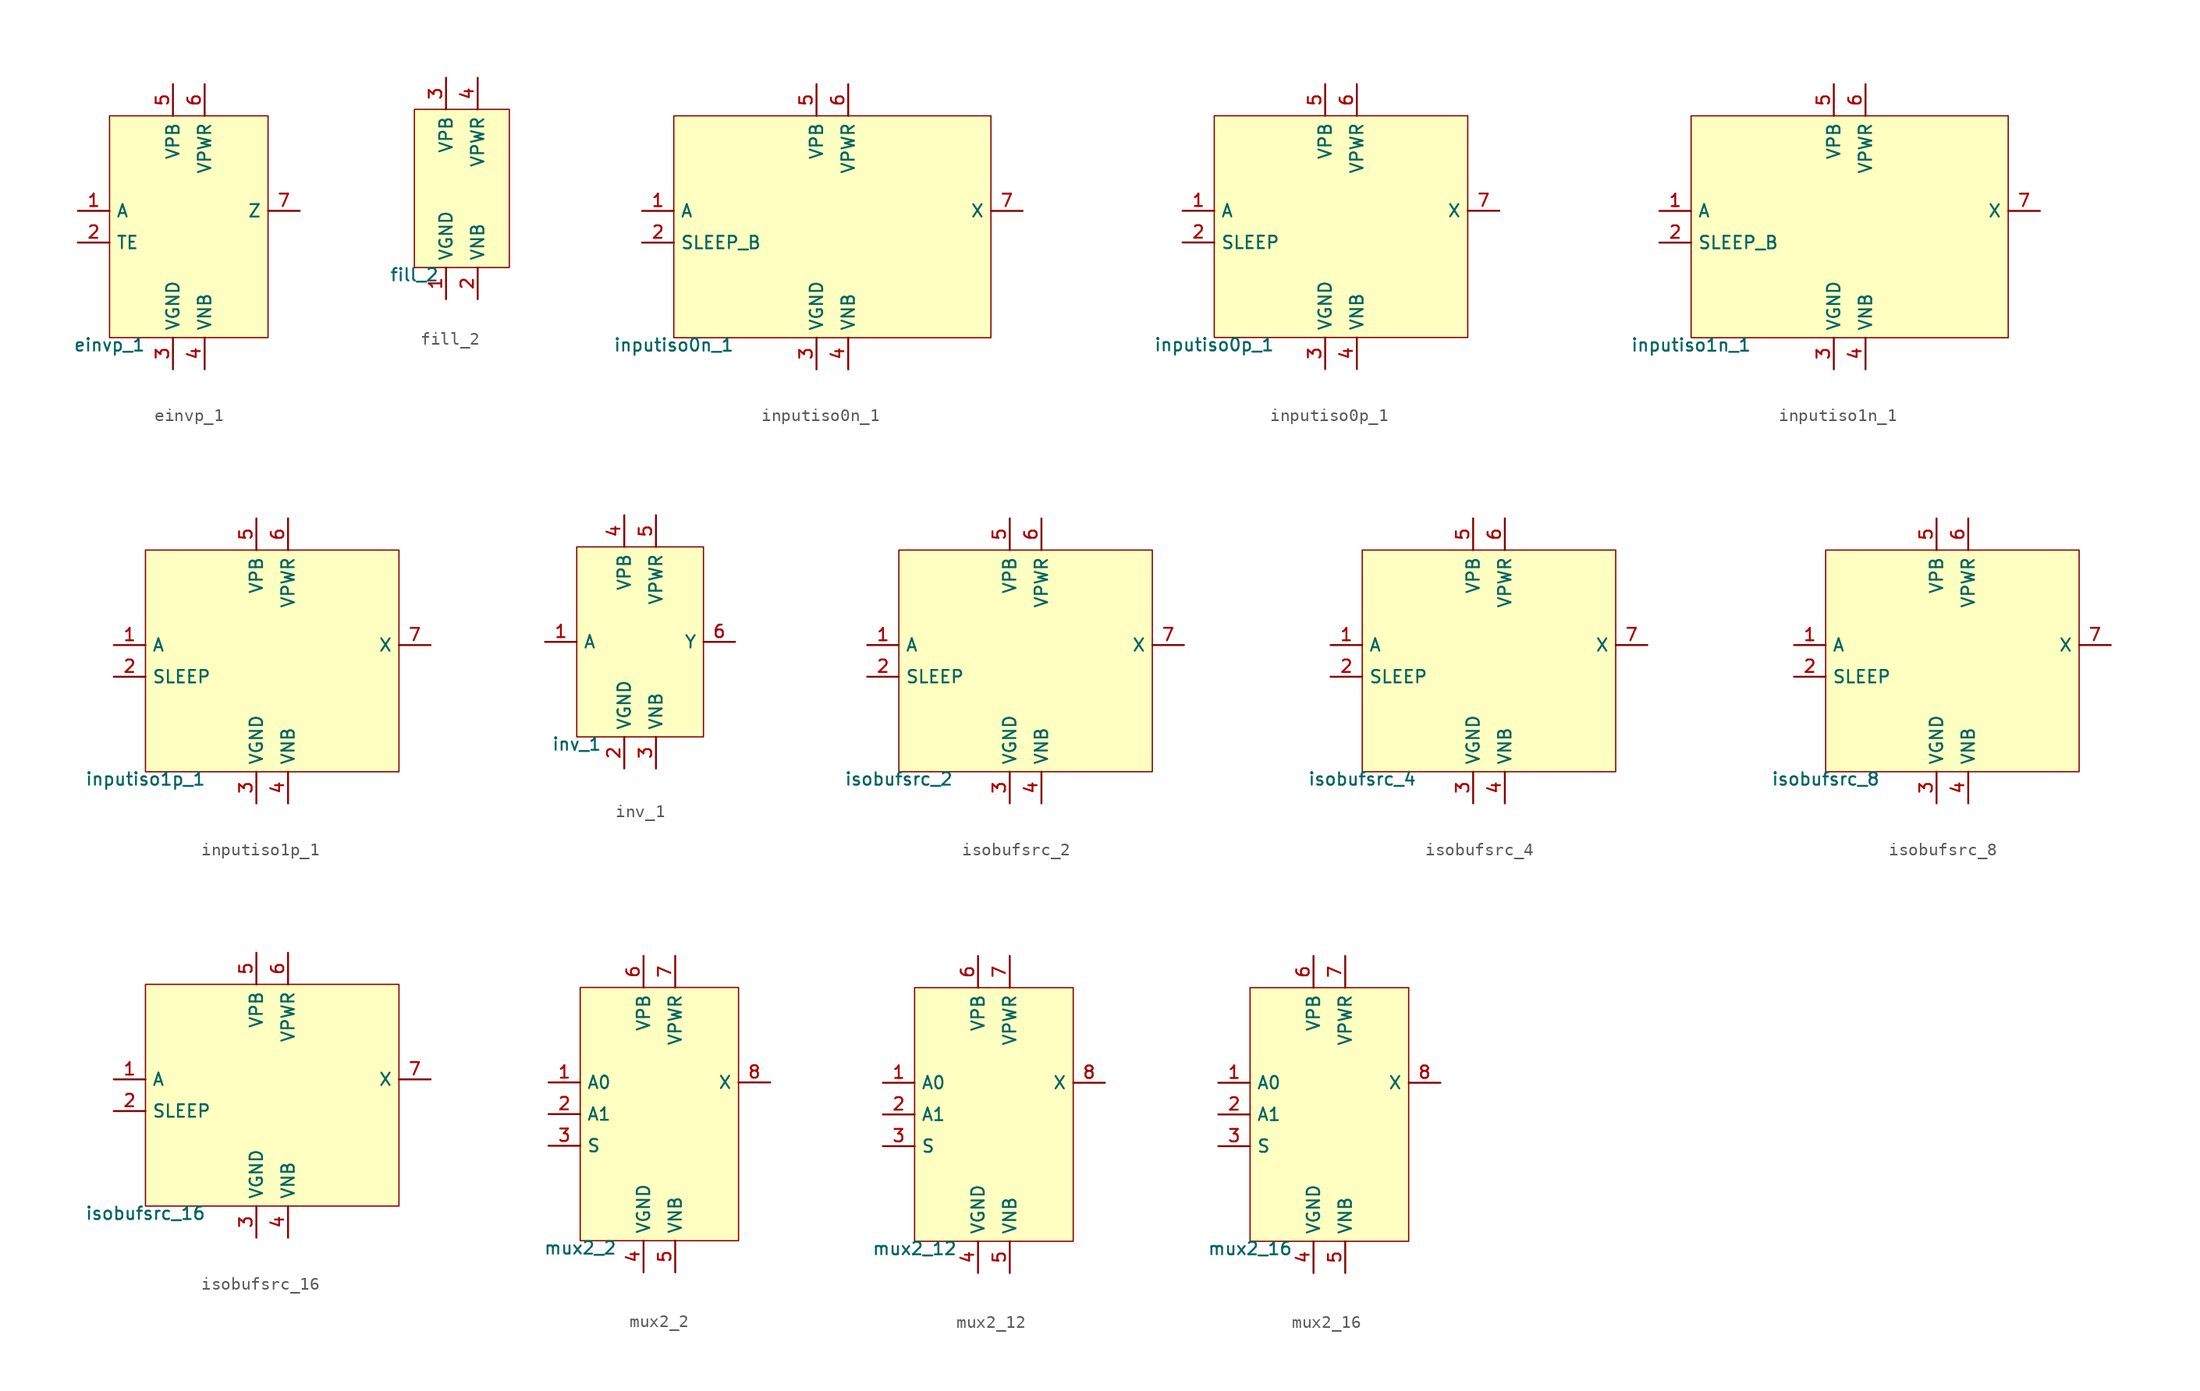
<source format=kicad_sym>
(kicad_symbol_lib
  (version 20211014)
  (generator pdk2kicad)
  (symbol "einvp_1"
    (property "Reference" "X"
      (at 0 0 0)
      (effects (font (size 1 1)) hide))
    (property "Value" "einvp_1"
      (at -6.35 -8.89 0)
      (effects (font (size 1 1)) (justify top)))
    (rectangle
      (start -6.35 -8.89)
      (end 6.35 8.89)
      (stroke (width 0.1) (type solid) (color 0 0 0 0))
      (fill (type background)))
    (pin input line
      (at -8.89 1.27 0)
      (length 2.54)
      (name "A" (effects (font (size 1 1)) hide))
      (number "1" (effects (font (size 1 1)) hide)))
    (pin input line
      (at -8.89 -1.27 0)
      (length 2.54)
      (name "TE" (effects (font (size 1 1)) hide))
      (number "2" (effects (font (size 1 1)) hide)))
    (pin power_in line
      (at -1.27 -11.43 90)
      (length 2.54)
      (name "VGND" (effects (font (size 1 1)) hide))
      (number "3" (effects (font (size 1 1)) hide)))
    (pin power_in line
      (at 1.27 -11.43 90)
      (length 2.54)
      (name "VNB" (effects (font (size 1 1)) hide))
      (number "4" (effects (font (size 1 1)) hide)))
    (pin power_in line
      (at -1.27 11.43 270)
      (length 2.54)
      (name "VPB" (effects (font (size 1 1)) hide))
      (number "5" (effects (font (size 1 1)) hide)))
    (pin power_in line
      (at 1.27 11.43 270)
      (length 2.54)
      (name "VPWR" (effects (font (size 1 1)) hide))
      (number "6" (effects (font (size 1 1)) hide)))
    (pin output line
      (at 8.89 1.27 180)
      (length 2.54)
      (name "Z" (effects (font (size 1 1)) hide))
      (number "7" (effects (font (size 1 1)) hide))))
  (symbol "fill_2"
    (property "Reference" "X"
      (at 0 0 0)
      (effects (font (size 1 1)) hide))
    (property "Value" "fill_2"
      (at -3.81 -6.35 0)
      (effects (font (size 1 1)) (justify top)))
    (rectangle
      (start -3.81 -6.35)
      (end 3.81 6.35)
      (stroke (width 0.1) (type solid) (color 0 0 0 0))
      (fill (type background)))
    (pin power_in line
      (at -1.27 -8.89 90)
      (length 2.54)
      (name "VGND" (effects (font (size 1 1)) hide))
      (number "1" (effects (font (size 1 1)) hide)))
    (pin power_in line
      (at 1.27 -8.89 90)
      (length 2.54)
      (name "VNB" (effects (font (size 1 1)) hide))
      (number "2" (effects (font (size 1 1)) hide)))
    (pin power_in line
      (at -1.27 8.89 270)
      (length 2.54)
      (name "VPB" (effects (font (size 1 1)) hide))
      (number "3" (effects (font (size 1 1)) hide)))
    (pin power_in line
      (at 1.27 8.89 270)
      (length 2.54)
      (name "VPWR" (effects (font (size 1 1)) hide))
      (number "4" (effects (font (size 1 1)) hide))))
  (symbol "inputiso0n_1"
    (property "Reference" "X"
      (at 0 0 0)
      (effects (font (size 1 1)) hide))
    (property "Value" "inputiso0n_1"
      (at -12.7 -8.89 0)
      (effects (font (size 1 1)) (justify top)))
    (rectangle
      (start -12.7 -8.89)
      (end 12.7 8.89)
      (stroke (width 0.1) (type solid) (color 0 0 0 0))
      (fill (type background)))
    (pin input line
      (at -15.24 1.27 0)
      (length 2.54)
      (name "A" (effects (font (size 1 1)) hide))
      (number "1" (effects (font (size 1 1)) hide)))
    (pin input line
      (at -15.24 -1.27 0)
      (length 2.54)
      (name "SLEEP_B" (effects (font (size 1 1)) hide))
      (number "2" (effects (font (size 1 1)) hide)))
    (pin power_in line
      (at -1.27 -11.43 90)
      (length 2.54)
      (name "VGND" (effects (font (size 1 1)) hide))
      (number "3" (effects (font (size 1 1)) hide)))
    (pin power_in line
      (at 1.27 -11.43 90)
      (length 2.54)
      (name "VNB" (effects (font (size 1 1)) hide))
      (number "4" (effects (font (size 1 1)) hide)))
    (pin power_in line
      (at -1.27 11.43 270)
      (length 2.54)
      (name "VPB" (effects (font (size 1 1)) hide))
      (number "5" (effects (font (size 1 1)) hide)))
    (pin power_in line
      (at 1.27 11.43 270)
      (length 2.54)
      (name "VPWR" (effects (font (size 1 1)) hide))
      (number "6" (effects (font (size 1 1)) hide)))
    (pin output line
      (at 15.24 1.27 180)
      (length 2.54)
      (name "X" (effects (font (size 1 1)) hide))
      (number "7" (effects (font (size 1 1)) hide))))
  (symbol "inputiso0p_1"
    (property "Reference" "X"
      (at 0 0 0)
      (effects (font (size 1 1)) hide))
    (property "Value" "inputiso0p_1"
      (at -10.16 -8.89 0)
      (effects (font (size 1 1)) (justify top)))
    (rectangle
      (start -10.16 -8.89)
      (end 10.16 8.89)
      (stroke (width 0.1) (type solid) (color 0 0 0 0))
      (fill (type background)))
    (pin input line
      (at -12.7 1.27 0)
      (length 2.54)
      (name "A" (effects (font (size 1 1)) hide))
      (number "1" (effects (font (size 1 1)) hide)))
    (pin input line
      (at -12.7 -1.27 0)
      (length 2.54)
      (name "SLEEP" (effects (font (size 1 1)) hide))
      (number "2" (effects (font (size 1 1)) hide)))
    (pin power_in line
      (at -1.27 -11.43 90)
      (length 2.54)
      (name "VGND" (effects (font (size 1 1)) hide))
      (number "3" (effects (font (size 1 1)) hide)))
    (pin power_in line
      (at 1.27 -11.43 90)
      (length 2.54)
      (name "VNB" (effects (font (size 1 1)) hide))
      (number "4" (effects (font (size 1 1)) hide)))
    (pin power_in line
      (at -1.27 11.43 270)
      (length 2.54)
      (name "VPB" (effects (font (size 1 1)) hide))
      (number "5" (effects (font (size 1 1)) hide)))
    (pin power_in line
      (at 1.27 11.43 270)
      (length 2.54)
      (name "VPWR" (effects (font (size 1 1)) hide))
      (number "6" (effects (font (size 1 1)) hide)))
    (pin output line
      (at 12.7 1.27 180)
      (length 2.54)
      (name "X" (effects (font (size 1 1)) hide))
      (number "7" (effects (font (size 1 1)) hide))))
  (symbol "inputiso1n_1"
    (property "Reference" "X"
      (at 0 0 0)
      (effects (font (size 1 1)) hide))
    (property "Value" "inputiso1n_1"
      (at -12.7 -8.89 0)
      (effects (font (size 1 1)) (justify top)))
    (rectangle
      (start -12.7 -8.89)
      (end 12.7 8.89)
      (stroke (width 0.1) (type solid) (color 0 0 0 0))
      (fill (type background)))
    (pin input line
      (at -15.24 1.27 0)
      (length 2.54)
      (name "A" (effects (font (size 1 1)) hide))
      (number "1" (effects (font (size 1 1)) hide)))
    (pin input line
      (at -15.24 -1.27 0)
      (length 2.54)
      (name "SLEEP_B" (effects (font (size 1 1)) hide))
      (number "2" (effects (font (size 1 1)) hide)))
    (pin power_in line
      (at -1.27 -11.43 90)
      (length 2.54)
      (name "VGND" (effects (font (size 1 1)) hide))
      (number "3" (effects (font (size 1 1)) hide)))
    (pin power_in line
      (at 1.27 -11.43 90)
      (length 2.54)
      (name "VNB" (effects (font (size 1 1)) hide))
      (number "4" (effects (font (size 1 1)) hide)))
    (pin power_in line
      (at -1.27 11.43 270)
      (length 2.54)
      (name "VPB" (effects (font (size 1 1)) hide))
      (number "5" (effects (font (size 1 1)) hide)))
    (pin power_in line
      (at 1.27 11.43 270)
      (length 2.54)
      (name "VPWR" (effects (font (size 1 1)) hide))
      (number "6" (effects (font (size 1 1)) hide)))
    (pin output line
      (at 15.24 1.27 180)
      (length 2.54)
      (name "X" (effects (font (size 1 1)) hide))
      (number "7" (effects (font (size 1 1)) hide))))
  (symbol "inputiso1p_1"
    (property "Reference" "X"
      (at 0 0 0)
      (effects (font (size 1 1)) hide))
    (property "Value" "inputiso1p_1"
      (at -10.16 -8.89 0)
      (effects (font (size 1 1)) (justify top)))
    (rectangle
      (start -10.16 -8.89)
      (end 10.16 8.89)
      (stroke (width 0.1) (type solid) (color 0 0 0 0))
      (fill (type background)))
    (pin input line
      (at -12.7 1.27 0)
      (length 2.54)
      (name "A" (effects (font (size 1 1)) hide))
      (number "1" (effects (font (size 1 1)) hide)))
    (pin input line
      (at -12.7 -1.27 0)
      (length 2.54)
      (name "SLEEP" (effects (font (size 1 1)) hide))
      (number "2" (effects (font (size 1 1)) hide)))
    (pin power_in line
      (at -1.27 -11.43 90)
      (length 2.54)
      (name "VGND" (effects (font (size 1 1)) hide))
      (number "3" (effects (font (size 1 1)) hide)))
    (pin power_in line
      (at 1.27 -11.43 90)
      (length 2.54)
      (name "VNB" (effects (font (size 1 1)) hide))
      (number "4" (effects (font (size 1 1)) hide)))
    (pin power_in line
      (at -1.27 11.43 270)
      (length 2.54)
      (name "VPB" (effects (font (size 1 1)) hide))
      (number "5" (effects (font (size 1 1)) hide)))
    (pin power_in line
      (at 1.27 11.43 270)
      (length 2.54)
      (name "VPWR" (effects (font (size 1 1)) hide))
      (number "6" (effects (font (size 1 1)) hide)))
    (pin output line
      (at 12.7 1.27 180)
      (length 2.54)
      (name "X" (effects (font (size 1 1)) hide))
      (number "7" (effects (font (size 1 1)) hide))))
  (symbol "inv_1"
    (property "Reference" "X"
      (at 0 0 0)
      (effects (font (size 1 1)) hide))
    (property "Value" "inv_1"
      (at -5.08 -7.62 0)
      (effects (font (size 1 1)) (justify top)))
    (rectangle
      (start -5.08 -7.62)
      (end 5.08 7.62)
      (stroke (width 0.1) (type solid) (color 0 0 0 0))
      (fill (type background)))
    (pin input line
      (at -7.62 0.0 0)
      (length 2.54)
      (name "A" (effects (font (size 1 1)) hide))
      (number "1" (effects (font (size 1 1)) hide)))
    (pin power_in line
      (at -1.27 -10.16 90)
      (length 2.54)
      (name "VGND" (effects (font (size 1 1)) hide))
      (number "2" (effects (font (size 1 1)) hide)))
    (pin power_in line
      (at 1.27 -10.16 90)
      (length 2.54)
      (name "VNB" (effects (font (size 1 1)) hide))
      (number "3" (effects (font (size 1 1)) hide)))
    (pin power_in line
      (at -1.27 10.16 270)
      (length 2.54)
      (name "VPB" (effects (font (size 1 1)) hide))
      (number "4" (effects (font (size 1 1)) hide)))
    (pin power_in line
      (at 1.27 10.16 270)
      (length 2.54)
      (name "VPWR" (effects (font (size 1 1)) hide))
      (number "5" (effects (font (size 1 1)) hide)))
    (pin output line
      (at 7.62 0.0 180)
      (length 2.54)
      (name "Y" (effects (font (size 1 1)) hide))
      (number "6" (effects (font (size 1 1)) hide))))
  (symbol "isobufsrc_2"
    (property "Reference" "X"
      (at 0 0 0)
      (effects (font (size 1 1)) hide))
    (property "Value" "isobufsrc_2"
      (at -10.16 -8.89 0)
      (effects (font (size 1 1)) (justify top)))
    (rectangle
      (start -10.16 -8.89)
      (end 10.16 8.89)
      (stroke (width 0.1) (type solid) (color 0 0 0 0))
      (fill (type background)))
    (pin input line
      (at -12.7 1.27 0)
      (length 2.54)
      (name "A" (effects (font (size 1 1)) hide))
      (number "1" (effects (font (size 1 1)) hide)))
    (pin input line
      (at -12.7 -1.27 0)
      (length 2.54)
      (name "SLEEP" (effects (font (size 1 1)) hide))
      (number "2" (effects (font (size 1 1)) hide)))
    (pin power_in line
      (at -1.27 -11.43 90)
      (length 2.54)
      (name "VGND" (effects (font (size 1 1)) hide))
      (number "3" (effects (font (size 1 1)) hide)))
    (pin power_in line
      (at 1.27 -11.43 90)
      (length 2.54)
      (name "VNB" (effects (font (size 1 1)) hide))
      (number "4" (effects (font (size 1 1)) hide)))
    (pin power_in line
      (at -1.27 11.43 270)
      (length 2.54)
      (name "VPB" (effects (font (size 1 1)) hide))
      (number "5" (effects (font (size 1 1)) hide)))
    (pin power_in line
      (at 1.27 11.43 270)
      (length 2.54)
      (name "VPWR" (effects (font (size 1 1)) hide))
      (number "6" (effects (font (size 1 1)) hide)))
    (pin output line
      (at 12.7 1.27 180)
      (length 2.54)
      (name "X" (effects (font (size 1 1)) hide))
      (number "7" (effects (font (size 1 1)) hide))))
  (symbol "isobufsrc_4"
    (property "Reference" "X"
      (at 0 0 0)
      (effects (font (size 1 1)) hide))
    (property "Value" "isobufsrc_4"
      (at -10.16 -8.89 0)
      (effects (font (size 1 1)) (justify top)))
    (rectangle
      (start -10.16 -8.89)
      (end 10.16 8.89)
      (stroke (width 0.1) (type solid) (color 0 0 0 0))
      (fill (type background)))
    (pin input line
      (at -12.7 1.27 0)
      (length 2.54)
      (name "A" (effects (font (size 1 1)) hide))
      (number "1" (effects (font (size 1 1)) hide)))
    (pin input line
      (at -12.7 -1.27 0)
      (length 2.54)
      (name "SLEEP" (effects (font (size 1 1)) hide))
      (number "2" (effects (font (size 1 1)) hide)))
    (pin power_in line
      (at -1.27 -11.43 90)
      (length 2.54)
      (name "VGND" (effects (font (size 1 1)) hide))
      (number "3" (effects (font (size 1 1)) hide)))
    (pin power_in line
      (at 1.27 -11.43 90)
      (length 2.54)
      (name "VNB" (effects (font (size 1 1)) hide))
      (number "4" (effects (font (size 1 1)) hide)))
    (pin power_in line
      (at -1.27 11.43 270)
      (length 2.54)
      (name "VPB" (effects (font (size 1 1)) hide))
      (number "5" (effects (font (size 1 1)) hide)))
    (pin power_in line
      (at 1.27 11.43 270)
      (length 2.54)
      (name "VPWR" (effects (font (size 1 1)) hide))
      (number "6" (effects (font (size 1 1)) hide)))
    (pin output line
      (at 12.7 1.27 180)
      (length 2.54)
      (name "X" (effects (font (size 1 1)) hide))
      (number "7" (effects (font (size 1 1)) hide))))
  (symbol "isobufsrc_8"
    (property "Reference" "X"
      (at 0 0 0)
      (effects (font (size 1 1)) hide))
    (property "Value" "isobufsrc_8"
      (at -10.16 -8.89 0)
      (effects (font (size 1 1)) (justify top)))
    (rectangle
      (start -10.16 -8.89)
      (end 10.16 8.89)
      (stroke (width 0.1) (type solid) (color 0 0 0 0))
      (fill (type background)))
    (pin input line
      (at -12.7 1.27 0)
      (length 2.54)
      (name "A" (effects (font (size 1 1)) hide))
      (number "1" (effects (font (size 1 1)) hide)))
    (pin input line
      (at -12.7 -1.27 0)
      (length 2.54)
      (name "SLEEP" (effects (font (size 1 1)) hide))
      (number "2" (effects (font (size 1 1)) hide)))
    (pin power_in line
      (at -1.27 -11.43 90)
      (length 2.54)
      (name "VGND" (effects (font (size 1 1)) hide))
      (number "3" (effects (font (size 1 1)) hide)))
    (pin power_in line
      (at 1.27 -11.43 90)
      (length 2.54)
      (name "VNB" (effects (font (size 1 1)) hide))
      (number "4" (effects (font (size 1 1)) hide)))
    (pin power_in line
      (at -1.27 11.43 270)
      (length 2.54)
      (name "VPB" (effects (font (size 1 1)) hide))
      (number "5" (effects (font (size 1 1)) hide)))
    (pin power_in line
      (at 1.27 11.43 270)
      (length 2.54)
      (name "VPWR" (effects (font (size 1 1)) hide))
      (number "6" (effects (font (size 1 1)) hide)))
    (pin output line
      (at 12.7 1.27 180)
      (length 2.54)
      (name "X" (effects (font (size 1 1)) hide))
      (number "7" (effects (font (size 1 1)) hide))))
  (symbol "isobufsrc_16"
    (property "Reference" "X"
      (at 0 0 0)
      (effects (font (size 1 1)) hide))
    (property "Value" "isobufsrc_16"
      (at -10.16 -8.89 0)
      (effects (font (size 1 1)) (justify top)))
    (rectangle
      (start -10.16 -8.89)
      (end 10.16 8.89)
      (stroke (width 0.1) (type solid) (color 0 0 0 0))
      (fill (type background)))
    (pin input line
      (at -12.7 1.27 0)
      (length 2.54)
      (name "A" (effects (font (size 1 1)) hide))
      (number "1" (effects (font (size 1 1)) hide)))
    (pin input line
      (at -12.7 -1.27 0)
      (length 2.54)
      (name "SLEEP" (effects (font (size 1 1)) hide))
      (number "2" (effects (font (size 1 1)) hide)))
    (pin power_in line
      (at -1.27 -11.43 90)
      (length 2.54)
      (name "VGND" (effects (font (size 1 1)) hide))
      (number "3" (effects (font (size 1 1)) hide)))
    (pin power_in line
      (at 1.27 -11.43 90)
      (length 2.54)
      (name "VNB" (effects (font (size 1 1)) hide))
      (number "4" (effects (font (size 1 1)) hide)))
    (pin power_in line
      (at -1.27 11.43 270)
      (length 2.54)
      (name "VPB" (effects (font (size 1 1)) hide))
      (number "5" (effects (font (size 1 1)) hide)))
    (pin power_in line
      (at 1.27 11.43 270)
      (length 2.54)
      (name "VPWR" (effects (font (size 1 1)) hide))
      (number "6" (effects (font (size 1 1)) hide)))
    (pin output line
      (at 12.7 1.27 180)
      (length 2.54)
      (name "X" (effects (font (size 1 1)) hide))
      (number "7" (effects (font (size 1 1)) hide))))
  (symbol "mux2_2"
    (property "Reference" "X"
      (at 0 0 0)
      (effects (font (size 1 1)) hide))
    (property "Value" "mux2_2"
      (at -6.35 -10.16 0)
      (effects (font (size 1 1)) (justify top)))
    (rectangle
      (start -6.35 -10.16)
      (end 6.35 10.16)
      (stroke (width 0.1) (type solid) (color 0 0 0 0))
      (fill (type background)))
    (pin input line
      (at -8.89 2.54 0)
      (length 2.54)
      (name "A0" (effects (font (size 1 1)) hide))
      (number "1" (effects (font (size 1 1)) hide)))
    (pin input line
      (at -8.89 0.0 0)
      (length 2.54)
      (name "A1" (effects (font (size 1 1)) hide))
      (number "2" (effects (font (size 1 1)) hide)))
    (pin input line
      (at -8.89 -2.54 0)
      (length 2.54)
      (name "S" (effects (font (size 1 1)) hide))
      (number "3" (effects (font (size 1 1)) hide)))
    (pin power_in line
      (at -1.27 -12.7 90)
      (length 2.54)
      (name "VGND" (effects (font (size 1 1)) hide))
      (number "4" (effects (font (size 1 1)) hide)))
    (pin power_in line
      (at 1.27 -12.7 90)
      (length 2.54)
      (name "VNB" (effects (font (size 1 1)) hide))
      (number "5" (effects (font (size 1 1)) hide)))
    (pin power_in line
      (at -1.27 12.7 270)
      (length 2.54)
      (name "VPB" (effects (font (size 1 1)) hide))
      (number "6" (effects (font (size 1 1)) hide)))
    (pin power_in line
      (at 1.27 12.7 270)
      (length 2.54)
      (name "VPWR" (effects (font (size 1 1)) hide))
      (number "7" (effects (font (size 1 1)) hide)))
    (pin output line
      (at 8.89 2.54 180)
      (length 2.54)
      (name "X" (effects (font (size 1 1)) hide))
      (number "8" (effects (font (size 1 1)) hide))))
  (symbol "mux2_12"
    (property "Reference" "X"
      (at 0 0 0)
      (effects (font (size 1 1)) hide))
    (property "Value" "mux2_12"
      (at -6.35 -10.16 0)
      (effects (font (size 1 1)) (justify top)))
    (rectangle
      (start -6.35 -10.16)
      (end 6.35 10.16)
      (stroke (width 0.1) (type solid) (color 0 0 0 0))
      (fill (type background)))
    (pin input line
      (at -8.89 2.54 0)
      (length 2.54)
      (name "A0" (effects (font (size 1 1)) hide))
      (number "1" (effects (font (size 1 1)) hide)))
    (pin input line
      (at -8.89 0.0 0)
      (length 2.54)
      (name "A1" (effects (font (size 1 1)) hide))
      (number "2" (effects (font (size 1 1)) hide)))
    (pin input line
      (at -8.89 -2.54 0)
      (length 2.54)
      (name "S" (effects (font (size 1 1)) hide))
      (number "3" (effects (font (size 1 1)) hide)))
    (pin power_in line
      (at -1.27 -12.7 90)
      (length 2.54)
      (name "VGND" (effects (font (size 1 1)) hide))
      (number "4" (effects (font (size 1 1)) hide)))
    (pin power_in line
      (at 1.27 -12.7 90)
      (length 2.54)
      (name "VNB" (effects (font (size 1 1)) hide))
      (number "5" (effects (font (size 1 1)) hide)))
    (pin power_in line
      (at -1.27 12.7 270)
      (length 2.54)
      (name "VPB" (effects (font (size 1 1)) hide))
      (number "6" (effects (font (size 1 1)) hide)))
    (pin power_in line
      (at 1.27 12.7 270)
      (length 2.54)
      (name "VPWR" (effects (font (size 1 1)) hide))
      (number "7" (effects (font (size 1 1)) hide)))
    (pin output line
      (at 8.89 2.54 180)
      (length 2.54)
      (name "X" (effects (font (size 1 1)) hide))
      (number "8" (effects (font (size 1 1)) hide))))
  (symbol "mux2_16"
    (property "Reference" "X"
      (at 0 0 0)
      (effects (font (size 1 1)) hide))
    (property "Value" "mux2_16"
      (at -6.35 -10.16 0)
      (effects (font (size 1 1)) (justify top)))
    (rectangle
      (start -6.35 -10.16)
      (end 6.35 10.16)
      (stroke (width 0.1) (type solid) (color 0 0 0 0))
      (fill (type background)))
    (pin input line
      (at -8.89 2.54 0)
      (length 2.54)
      (name "A0" (effects (font (size 1 1)) hide))
      (number "1" (effects (font (size 1 1)) hide)))
    (pin input line
      (at -8.89 0.0 0)
      (length 2.54)
      (name "A1" (effects (font (size 1 1)) hide))
      (number "2" (effects (font (size 1 1)) hide)))
    (pin input line
      (at -8.89 -2.54 0)
      (length 2.54)
      (name "S" (effects (font (size 1 1)) hide))
      (number "3" (effects (font (size 1 1)) hide)))
    (pin power_in line
      (at -1.27 -12.7 90)
      (length 2.54)
      (name "VGND" (effects (font (size 1 1)) hide))
      (number "4" (effects (font (size 1 1)) hide)))
    (pin power_in line
      (at 1.27 -12.7 90)
      (length 2.54)
      (name "VNB" (effects (font (size 1 1)) hide))
      (number "5" (effects (font (size 1 1)) hide)))
    (pin power_in line
      (at -1.27 12.7 270)
      (length 2.54)
      (name "VPB" (effects (font (size 1 1)) hide))
      (number "6" (effects (font (size 1 1)) hide)))
    (pin power_in line
      (at 1.27 12.7 270)
      (length 2.54)
      (name "VPWR" (effects (font (size 1 1)) hide))
      (number "7" (effects (font (size 1 1)) hide)))
    (pin output line
      (at 8.89 2.54 180)
      (length 2.54)
      (name "X" (effects (font (size 1 1)) hide))
      (number "8" (effects (font (size 1 1)) hide)))))
</source>
